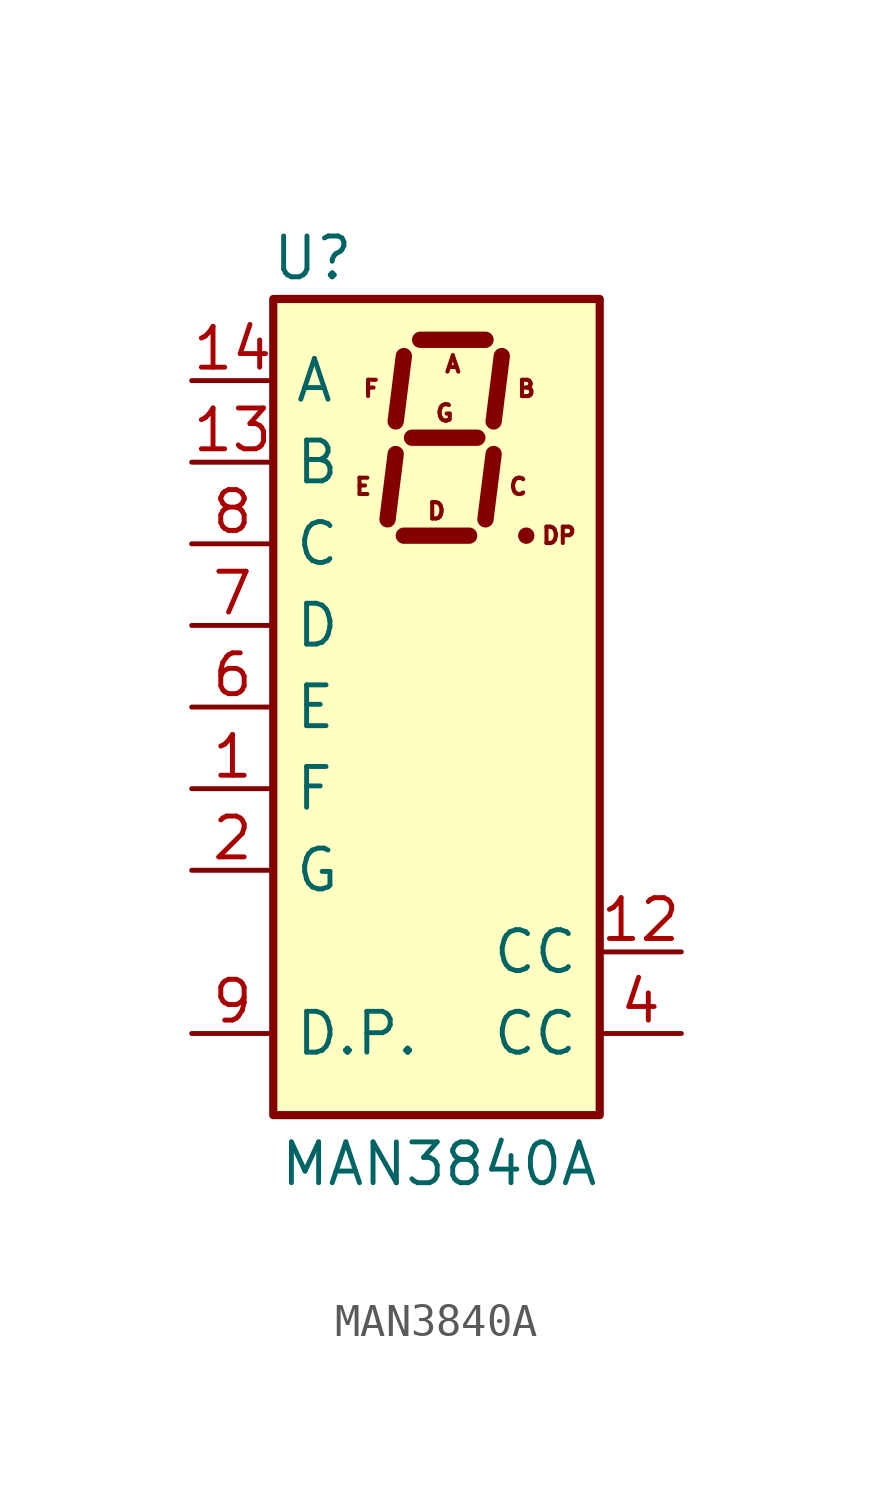
<source format=kicad_sym>
(kicad_symbol_lib
  (version 20231120)
  (generator "kicad_symbol_editor")
  (generator_version "8.0")
  (symbol "MAN3840A"
    (pin_names
      (offset 0.635))
    (property "Reference" "U"
      (at -2.54 13.97 0)
      (effects (font (size 1.27 1.27)) (justify right)))
    (property "Value" "MAN3840A"
      (at 5.08 -14.224 0)
      (effects (font (size 1.27 1.27)) (justify right)))
    (symbol "MAN3840A_0_0"
      (text "A" (at 0.508 10.668 0) (effects (font (size 0.508 0.508))))
      (text "B" (at 2.794 9.906 0) (effects (font (size 0.508 0.508))))
      (text "C" (at 2.54 6.858 0) (effects (font (size 0.508 0.508))))
      (text "D" (at 0 6.096 0) (effects (font (size 0.508 0.508))))
      (text "DP" (at 3.81 5.334 0) (effects (font (size 0.508 0.508))))
      (text "E" (at -2.286 6.858 0) (effects (font (size 0.508 0.508))))
      (text "F" (at -2.032 9.906 0) (effects (font (size 0.508 0.508))))
      (text "G" (at 0.254 9.144 0) (effects (font (size 0.508 0.508)))))
    (symbol "MAN3840A_0_1"
      (rectangle (start -5.08 12.7) (end 5.08 -12.7) (stroke (width 0.254) (type default)) (fill (type background)))
      (polyline (pts (xy -1.27 7.874) (xy -1.524 5.842)) (stroke (width 0.508) (type default)) (fill (type none)))
      (polyline (pts (xy -1.016 5.334) (xy 1.016 5.334)) (stroke (width 0.508) (type default)) (fill (type none)))
      (polyline (pts (xy -1.016 10.922) (xy -1.27 8.89)) (stroke (width 0.508) (type default)) (fill (type none)))
      (polyline (pts (xy -0.762 8.382) (xy 1.27 8.382)) (stroke (width 0.508) (type default)) (fill (type none)))
      (polyline (pts (xy -0.508 11.43) (xy 1.524 11.43)) (stroke (width 0.508) (type default)) (fill (type none)))
      (polyline (pts (xy 1.778 7.874) (xy 1.524 5.842)) (stroke (width 0.508) (type default)) (fill (type none)))
      (polyline (pts (xy 2.032 10.922) (xy 1.778 8.89)) (stroke (width 0.508) (type default)) (fill (type none)))
      (polyline (pts (xy 2.794 5.334) (xy 2.794 5.334)) (stroke (width 0.508) (type default)) (fill (type none))))
    (symbol "MAN3840A_1_1"
      (pin input line (at -7.62 -2.54 0) (length 2.54) (name "F" (effects (font (size 1.27 1.27)))) (number "1" (effects (font (size 1.27 1.27)))))
      (pin no_connect line (at 7.62 -2.54 180) (length 2.54) hide (name "NC" (effects (font (size 1.27 1.27)))) (number "10" (effects (font (size 1.27 1.27)))))
      (pin no_connect line (at 7.62 -5.08 180) (length 2.54) hide (name "NC" (effects (font (size 1.27 1.27)))) (number "11" (effects (font (size 1.27 1.27)))))
      (pin input line (at 7.62 -7.62 180) (length 2.54) (name "CC" (effects (font (size 1.27 1.27)))) (number "12" (effects (font (size 1.27 1.27)))))
      (pin input line (at -7.62 7.62 0) (length 2.54) (name "B" (effects (font (size 1.27 1.27)))) (number "13" (effects (font (size 1.27 1.27)))))
      (pin input line (at -7.62 10.16 0) (length 2.54) (name "A" (effects (font (size 1.27 1.27)))) (number "14" (effects (font (size 1.27 1.27)))))
      (pin input line (at -7.62 -5.08 0) (length 2.54) (name "G" (effects (font (size 1.27 1.27)))) (number "2" (effects (font (size 1.27 1.27)))))
      (pin no_connect line (at 7.62 2.54 180) (length 2.54) hide (name "NC" (effects (font (size 1.27 1.27)))) (number "3" (effects (font (size 1.27 1.27)))))
      (pin input line (at 7.62 -10.16 180) (length 2.54) (name "CC" (effects (font (size 1.27 1.27)))) (number "4" (effects (font (size 1.27 1.27)))))
      (pin no_connect line (at 7.62 0 180) (length 2.54) hide (name "NC" (effects (font (size 1.27 1.27)))) (number "5" (effects (font (size 1.27 1.27)))))
      (pin input line (at -7.62 0 0) (length 2.54) (name "E" (effects (font (size 1.27 1.27)))) (number "6" (effects (font (size 1.27 1.27)))))
      (pin input line (at -7.62 2.54 0) (length 2.54) (name "D" (effects (font (size 1.27 1.27)))) (number "7" (effects (font (size 1.27 1.27)))))
      (pin input line (at -7.62 5.08 0) (length 2.54) (name "C" (effects (font (size 1.27 1.27)))) (number "8" (effects (font (size 1.27 1.27)))))
      (pin input line (at -7.62 -10.16 0) (length 2.54) (name "D.P." (effects (font (size 1.27 1.27)))) (number "9" (effects (font (size 1.27 1.27))))))))
</source>
